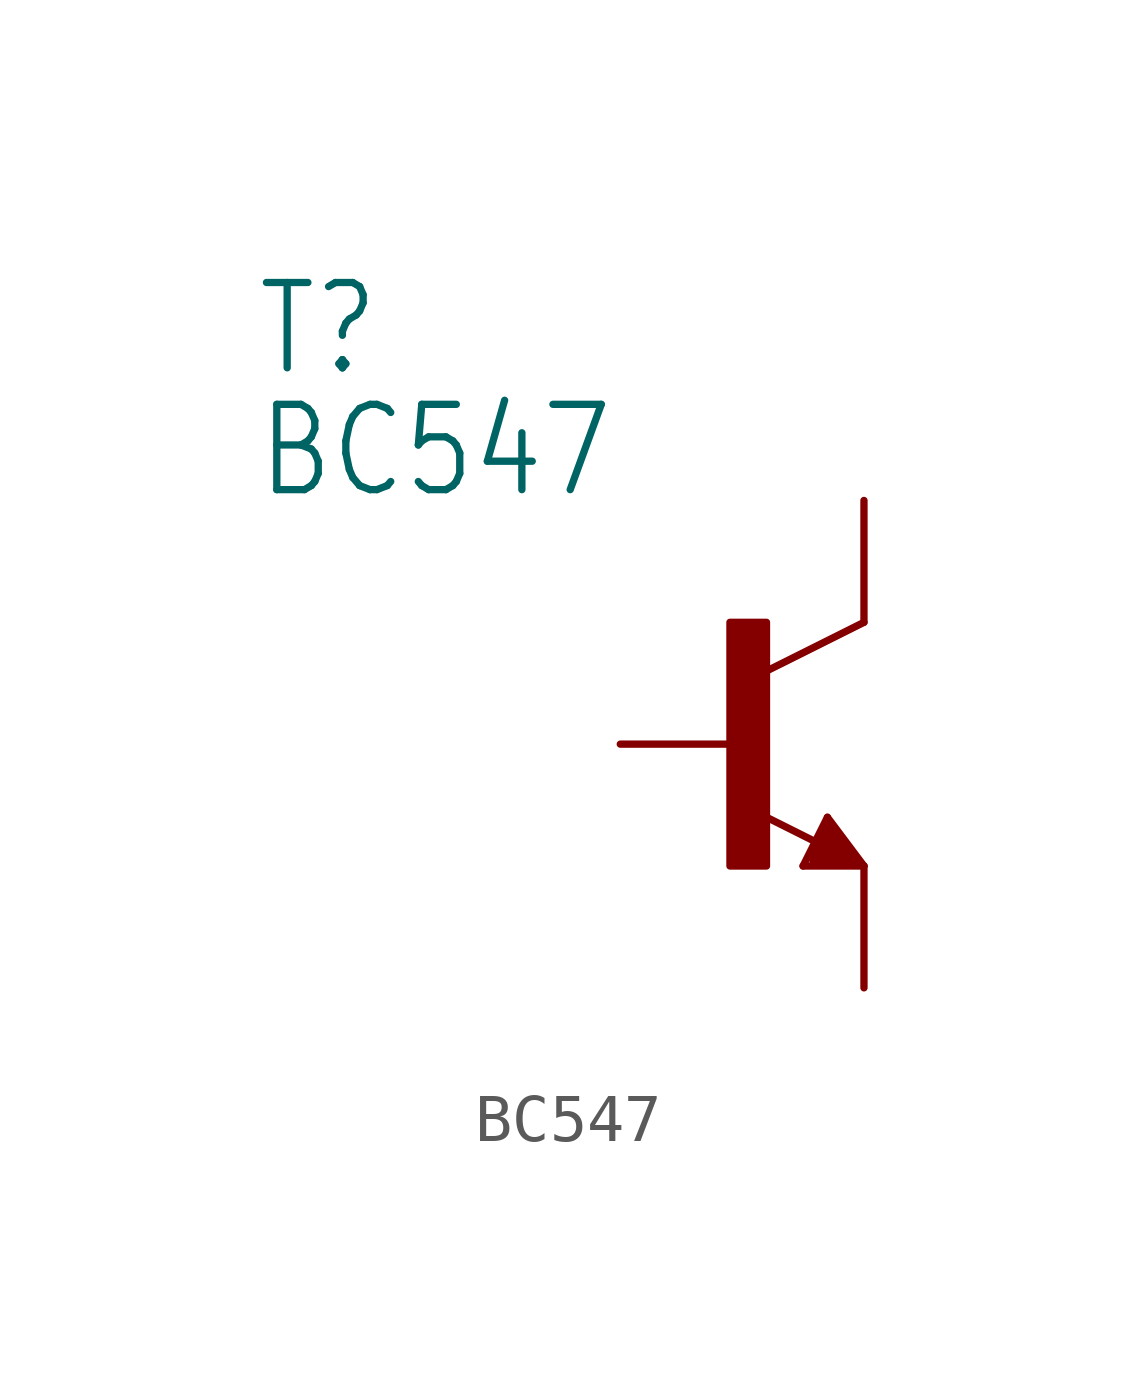
<source format=kicad_sym>
(kicad_symbol_lib
  (version 20220331)
  (generator kicad_symbol_editor)
  (symbol "BC547"
    (property "Reference" "T"
      (at -10.16 7.62 0)
      (effects (font (size 1.778 1.511)) (justify left bottom)))
    (property "Value" "BC547"
      (at -10.16 5.08 0)
      (effects (font (size 1.778 1.511)) (justify left bottom)))
    (property "ki_locked" ""
      (at 0 0 0)
      (effects (font (size 1.27 1.27))))
    (symbol "BC547_1_0"
      (rectangle (start -0.254 -2.54) (end 0.508 2.54) (stroke (width 0) (type default)) (fill (type outline)))
      (polyline (pts (xy 1.27 -2.54) (xy 1.778 -1.524)) (stroke (width 0.152) (type solid)) (fill (type none)))
      (polyline (pts (xy 1.524 -2.413) (xy 2.286 -2.413)) (stroke (width 0.254) (type solid)) (fill (type none)))
      (polyline (pts (xy 1.524 -2.286) (xy 1.905 -2.286)) (stroke (width 0.254) (type solid)) (fill (type none)))
      (polyline (pts (xy 1.54 -2.04) (xy 0.308 -1.424)) (stroke (width 0.152) (type solid)) (fill (type none)))
      (polyline (pts (xy 1.778 -1.778) (xy 1.524 -2.286)) (stroke (width 0.254) (type solid)) (fill (type none)))
      (polyline (pts (xy 1.778 -1.524) (xy 2.54 -2.54)) (stroke (width 0.152) (type solid)) (fill (type none)))
      (polyline (pts (xy 1.905 -2.286) (xy 1.778 -2.032)) (stroke (width 0.254) (type solid)) (fill (type none)))
      (polyline (pts (xy 2.286 -2.413) (xy 1.778 -1.778)) (stroke (width 0.254) (type solid)) (fill (type none)))
      (polyline (pts (xy 2.54 -2.54) (xy 1.27 -2.54)) (stroke (width 0.152) (type solid)) (fill (type none)))
      (polyline (pts (xy 2.54 2.54) (xy 0.508 1.524)) (stroke (width 0.152) (type solid)) (fill (type none)))
      (pin passive line (at 2.54 -5.08 90) (length 2.54) (name "E" (effects (font (size 0 0)))) (number "1" (effects (font (size 0 0)))))
      (pin passive line (at -2.54 0 0) (length 2.54) (name "B" (effects (font (size 0 0)))) (number "2" (effects (font (size 0 0)))))
      (pin passive line (at 2.54 5.08 270) (length 2.54) (name "C" (effects (font (size 0 0)))) (number "3" (effects (font (size 0 0))))))))
</source>
